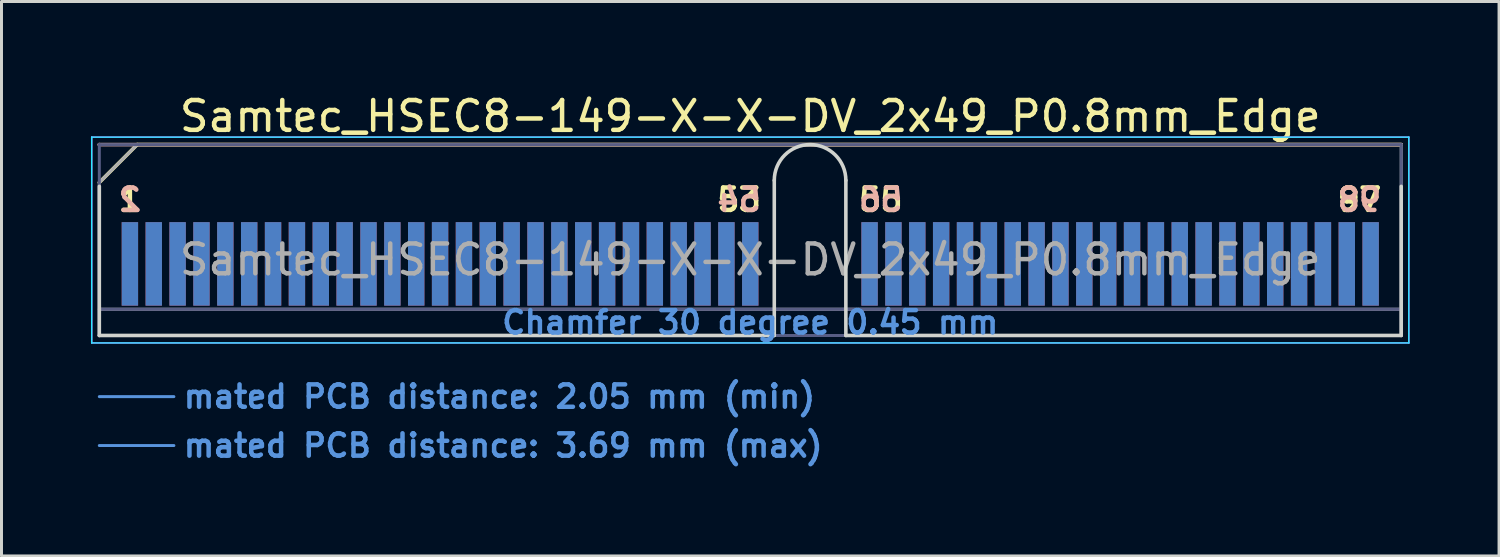
<source format=kicad_pcb>
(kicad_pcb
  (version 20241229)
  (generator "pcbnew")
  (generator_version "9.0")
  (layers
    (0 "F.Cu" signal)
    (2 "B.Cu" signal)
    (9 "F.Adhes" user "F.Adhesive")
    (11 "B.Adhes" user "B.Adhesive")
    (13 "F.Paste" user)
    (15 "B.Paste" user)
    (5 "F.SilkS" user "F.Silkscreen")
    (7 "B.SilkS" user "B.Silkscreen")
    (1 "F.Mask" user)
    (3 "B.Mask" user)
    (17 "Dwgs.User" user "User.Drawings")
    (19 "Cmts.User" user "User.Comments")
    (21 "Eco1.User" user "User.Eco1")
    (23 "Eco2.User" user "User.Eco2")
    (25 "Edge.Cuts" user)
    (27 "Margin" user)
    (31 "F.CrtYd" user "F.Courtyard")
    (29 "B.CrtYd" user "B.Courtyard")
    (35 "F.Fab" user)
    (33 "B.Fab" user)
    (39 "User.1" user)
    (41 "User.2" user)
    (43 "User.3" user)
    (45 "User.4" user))
  (footprint "Samtec_HSEC8-149-X-X-DV_2x49_P0.8mm_Edge"
    (layer "F.Cu")
    (at 22.105 8.198)
    (property "Reference" "Samtec_HSEC8-149-X-X-DV_2x49_P0.8mm_Edge" (at 0 -7.35 0) (layer "F.SilkS") (effects (font (size 1 1) (thickness 0.15))))
    (attr exclude_from_pos_files exclude_from_bom)
    (fp_line (start -21.825 -5.13) (end -20.555 -6.4) (stroke (width 0.12) (type solid)) (layer "F.SilkS"))
    (fp_line (start -20.555 -6.4) (end 21.825 -6.4) (stroke (width 0.12) (type solid)) (layer "F.SilkS"))
    (fp_line (start -21.825 -6.4) (end -21.825 -6.4) (stroke (width 0.12) (type solid)) (layer "B.SilkS"))
    (fp_line (start -21.825 -6.4) (end 21.825 -6.4) (stroke (width 0.12) (type solid)) (layer "B.SilkS"))
    (fp_line (start -21.825 2.05) (end -19.325 2.05) (stroke (width 0.1) (type solid)) (layer "Cmts.User"))
    (fp_line (start -21.825 3.69) (end -19.325 3.69) (stroke (width 0.1) (type solid)) (layer "Cmts.User"))
    (fp_line (start -21.825 -5) (end -21.825 0) (stroke (width 0.12) (type solid)) (layer "Edge.Cuts"))
    (fp_line (start -21.825 0) (end 0.805 0) (stroke (width 0.12) (type solid)) (layer "Edge.Cuts"))
    (fp_line (start 0.805 0) (end 0.805 -5.2) (stroke (width 0.12) (type solid)) (layer "Edge.Cuts"))
    (fp_line (start 3.205 -5.2) (end 3.205 0) (stroke (width 0.12) (type solid)) (layer "Edge.Cuts"))
    (fp_line (start 3.205 0) (end 21.825 0) (stroke (width 0.12) (type solid)) (layer "Edge.Cuts"))
    (fp_line (start 21.825 0) (end 21.825 -5) (stroke (width 0.12) (type solid)) (layer "Edge.Cuts"))
    (fp_arc (start 0.805 -5.2) (mid 2.005 -6.4) (end 3.205 -5.2) (stroke (width 0.12) (type solid)) (layer "Edge.Cuts"))
    (fp_line (start -22.08 -6.65) (end -22.08 0.25) (stroke (width 0.05) (type solid)) (layer "B.CrtYd"))
    (fp_line (start -22.08 0.25) (end 22.08 0.25) (stroke (width 0.05) (type solid)) (layer "B.CrtYd"))
    (fp_line (start 22.08 -6.65) (end -22.08 -6.65) (stroke (width 0.05) (type solid)) (layer "B.CrtYd"))
    (fp_line (start 22.08 0.25) (end 22.08 -6.65) (stroke (width 0.05) (type solid)) (layer "B.CrtYd"))
    (fp_line (start -22.08 -6.65) (end -22.08 0.25) (stroke (width 0.05) (type solid)) (layer "F.CrtYd"))
    (fp_line (start -22.08 0.25) (end 22.08 0.25) (stroke (width 0.05) (type solid)) (layer "F.CrtYd"))
    (fp_line (start 22.08 -6.65) (end -22.08 -6.65) (stroke (width 0.05) (type solid)) (layer "F.CrtYd"))
    (fp_line (start 22.08 0.25) (end 22.08 -6.65) (stroke (width 0.05) (type solid)) (layer "F.CrtYd"))
    (fp_line (start -21.825 -6.4) (end -21.825 -6.4) (stroke (width 0.1) (type solid)) (layer "B.Fab"))
    (fp_line (start -21.825 -6.4) (end -21.825 0) (stroke (width 0.1) (type solid)) (layer "B.Fab"))
    (fp_line (start -21.825 -6.4) (end 21.825 -6.4) (stroke (width 0.1) (type solid)) (layer "B.Fab"))
    (fp_line (start -21.825 -0.88) (end 21.825 -0.88) (stroke (width 0.1) (type solid)) (layer "B.Fab"))
    (fp_line (start -21.825 0) (end 21.825 0) (stroke (width 0.1) (type solid)) (layer "B.Fab"))
    (fp_line (start 21.825 -6.4) (end 21.825 0) (stroke (width 0.1) (type solid)) (layer "B.Fab"))
    (fp_line (start -21.825 -5.13) (end -21.825 0) (stroke (width 0.1) (type solid)) (layer "F.Fab"))
    (fp_line (start -21.825 -5.13) (end -20.555 -6.4) (stroke (width 0.1) (type solid)) (layer "F.Fab"))
    (fp_line (start -21.825 -0.88) (end 21.825 -0.88) (stroke (width 0.1) (type solid)) (layer "F.Fab"))
    (fp_line (start -21.825 0) (end 21.825 0) (stroke (width 0.1) (type solid)) (layer "F.Fab"))
    (fp_line (start -20.555 -6.4) (end 21.825 -6.4) (stroke (width 0.1) (type solid)) (layer "F.Fab"))
    (fp_line (start 21.825 -6.4) (end 21.825 0) (stroke (width 0.1) (type solid)) (layer "F.Fab"))
    (fp_text user "53" (at -0.375 -4.55 0) (layer "F.SilkS") (effects (font (size 0.75 0.75) (thickness 0.15))))
    (fp_text user "55" (at 4.375 -4.55 0) (layer "F.SilkS") (effects (font (size 0.75 0.75) (thickness 0.15))))
    (fp_text user "1" (at -20.8 -4.55 0) (layer "F.SilkS") (effects (font (size 0.75 0.75) (thickness 0.15))))
    (fp_text user "97" (at 20.425 -4.55 0) (layer "F.SilkS") (effects (font (size 0.75 0.75) (thickness 0.15))))
    (fp_text user "2" (at -20.8 -4.55 0) (layer "B.SilkS") (effects (font (size 0.75 0.75) (thickness 0.15)) (justify mirror)))
    (fp_text user "98" (at 20.425 -4.55 0) (layer "B.SilkS") (effects (font (size 0.75 0.75) (thickness 0.15)) (justify mirror)))
    (fp_text user "54" (at -0.375 -4.55 0) (layer "B.SilkS") (effects (font (size 0.75 0.75) (thickness 0.15)) (justify mirror)))
    (fp_text user "56" (at 4.375 -4.55 0) (layer "B.SilkS") (effects (font (size 0.75 0.75) (thickness 0.15)) (justify mirror)))
    (fp_text user "mated PCB distance: 2.05 mm (min)" (at -19.08 2.05 0) (layer "Cmts.User") (effects (font (size 0.75 0.75) (thickness 0.15)) (justify left)))
    (fp_text user "Chamfer 30 degree 0.45 mm" (at 0 -0.44 0) (layer "Cmts.User") (effects (font (size 0.75 0.75) (thickness 0.15))))
    (fp_text user "mated PCB distance: 3.69 mm (max)" (at -19.08 3.69 0) (layer "Cmts.User") (effects (font (size 0.75 0.75) (thickness 0.15)) (justify left)))
    (fp_text user "${REFERENCE}" (at 0 -2.54 0) (layer "F.Fab") (effects (font (size 1 1) (thickness 0.15))))
    (pad "1" connect rect (at -20.8 -2.4) (size 0.55 2.8) (layers "F.Cu" "F.Mask"))
    (pad "2" connect rect (at -20.8 -2.4) (size 0.55 2.8) (layers "B.Cu" "B.Mask"))
    (pad "3" connect rect (at -20 -2.4) (size 0.55 2.8) (layers "F.Cu" "F.Mask"))
    (pad "4" connect rect (at -20 -2.4) (size 0.55 2.8) (layers "B.Cu" "B.Mask"))
    (pad "5" connect rect (at -19.2 -2.4) (size 0.55 2.8) (layers "F.Cu" "F.Mask"))
    (pad "6" connect rect (at -19.2 -2.4) (size 0.55 2.8) (layers "B.Cu" "B.Mask"))
    (pad "7" connect rect (at -18.4 -2.4) (size 0.55 2.8) (layers "F.Cu" "F.Mask"))
    (pad "8" connect rect (at -18.4 -2.4) (size 0.55 2.8) (layers "B.Cu" "B.Mask"))
    (pad "9" connect rect (at -17.6 -2.4) (size 0.55 2.8) (layers "F.Cu" "F.Mask"))
    (pad "10" connect rect (at -17.6 -2.4) (size 0.55 2.8) (layers "B.Cu" "B.Mask"))
    (pad "11" connect rect (at -16.8 -2.4) (size 0.55 2.8) (layers "F.Cu" "F.Mask"))
    (pad "12" connect rect (at -16.8 -2.4) (size 0.55 2.8) (layers "B.Cu" "B.Mask"))
    (pad "13" connect rect (at -16 -2.4) (size 0.55 2.8) (layers "F.Cu" "F.Mask"))
    (pad "14" connect rect (at -16 -2.4) (size 0.55 2.8) (layers "B.Cu" "B.Mask"))
    (pad "15" connect rect (at -15.2 -2.4) (size 0.55 2.8) (layers "F.Cu" "F.Mask"))
    (pad "16" connect rect (at -15.2 -2.4) (size 0.55 2.8) (layers "B.Cu" "B.Mask"))
    (pad "17" connect rect (at -14.4 -2.4) (size 0.55 2.8) (layers "F.Cu" "F.Mask"))
    (pad "18" connect rect (at -14.4 -2.4) (size 0.55 2.8) (layers "B.Cu" "B.Mask"))
    (pad "19" connect rect (at -13.6 -2.4) (size 0.55 2.8) (layers "F.Cu" "F.Mask"))
    (pad "20" connect rect (at -13.6 -2.4) (size 0.55 2.8) (layers "B.Cu" "B.Mask"))
    (pad "21" connect rect (at -12.8 -2.4) (size 0.55 2.8) (layers "F.Cu" "F.Mask"))
    (pad "22" connect rect (at -12.8 -2.4) (size 0.55 2.8) (layers "B.Cu" "B.Mask"))
    (pad "23" connect rect (at -12 -2.4) (size 0.55 2.8) (layers "F.Cu" "F.Mask"))
    (pad "24" connect rect (at -12 -2.4) (size 0.55 2.8) (layers "B.Cu" "B.Mask"))
    (pad "25" connect rect (at -11.2 -2.4) (size 0.55 2.8) (layers "F.Cu" "F.Mask"))
    (pad "26" connect rect (at -11.2 -2.4) (size 0.55 2.8) (layers "B.Cu" "B.Mask"))
    (pad "27" connect rect (at -10.4 -2.4) (size 0.55 2.8) (layers "F.Cu" "F.Mask"))
    (pad "28" connect rect (at -10.4 -2.4) (size 0.55 2.8) (layers "B.Cu" "B.Mask"))
    (pad "29" connect rect (at -9.6 -2.4) (size 0.55 2.8) (layers "F.Cu" "F.Mask"))
    (pad "30" connect rect (at -9.6 -2.4) (size 0.55 2.8) (layers "B.Cu" "B.Mask"))
    (pad "31" connect rect (at -8.8 -2.4) (size 0.55 2.8) (layers "F.Cu" "F.Mask"))
    (pad "32" connect rect (at -8.8 -2.4) (size 0.55 2.8) (layers "B.Cu" "B.Mask"))
    (pad "33" connect rect (at -8 -2.4) (size 0.55 2.8) (layers "F.Cu" "F.Mask"))
    (pad "34" connect rect (at -8 -2.4) (size 0.55 2.8) (layers "B.Cu" "B.Mask"))
    (pad "35" connect rect (at -7.2 -2.4) (size 0.55 2.8) (layers "F.Cu" "F.Mask"))
    (pad "36" connect rect (at -7.2 -2.4) (size 0.55 2.8) (layers "B.Cu" "B.Mask"))
    (pad "37" connect rect (at -6.4 -2.4) (size 0.55 2.8) (layers "F.Cu" "F.Mask"))
    (pad "38" connect rect (at -6.4 -2.4) (size 0.55 2.8) (layers "B.Cu" "B.Mask"))
    (pad "39" connect rect (at -5.6 -2.4) (size 0.55 2.8) (layers "F.Cu" "F.Mask"))
    (pad "40" connect rect (at -5.6 -2.4) (size 0.55 2.8) (layers "B.Cu" "B.Mask"))
    (pad "41" connect rect (at -4.8 -2.4) (size 0.55 2.8) (layers "F.Cu" "F.Mask"))
    (pad "42" connect rect (at -4.8 -2.4) (size 0.55 2.8) (layers "B.Cu" "B.Mask"))
    (pad "43" connect rect (at -4 -2.4) (size 0.55 2.8) (layers "F.Cu" "F.Mask"))
    (pad "44" connect rect (at -4 -2.4) (size 0.55 2.8) (layers "B.Cu" "B.Mask"))
    (pad "45" connect rect (at -3.2 -2.4) (size 0.55 2.8) (layers "F.Cu" "F.Mask"))
    (pad "46" connect rect (at -3.2 -2.4) (size 0.55 2.8) (layers "B.Cu" "B.Mask"))
    (pad "47" connect rect (at -2.4 -2.4) (size 0.55 2.8) (layers "F.Cu" "F.Mask"))
    (pad "48" connect rect (at -2.4 -2.4) (size 0.55 2.8) (layers "B.Cu" "B.Mask"))
    (pad "49" connect rect (at -1.6 -2.4) (size 0.55 2.8) (layers "F.Cu" "F.Mask"))
    (pad "50" connect rect (at -1.6 -2.4) (size 0.55 2.8) (layers "B.Cu" "B.Mask"))
    (pad "51" connect rect (at -0.8 -2.4) (size 0.55 2.8) (layers "F.Cu" "F.Mask"))
    (pad "52" connect rect (at -0.8 -2.4) (size 0.55 2.8) (layers "B.Cu" "B.Mask"))
    (pad "53" connect rect (at 0 -2.4) (size 0.55 2.8) (layers "F.Cu" "F.Mask"))
    (pad "54" connect rect (at 0 -2.4) (size 0.55 2.8) (layers "B.Cu" "B.Mask"))
    (pad "55" connect rect (at 4 -2.4) (size 0.55 2.8) (layers "F.Cu" "F.Mask"))
    (pad "56" connect rect (at 4 -2.4) (size 0.55 2.8) (layers "B.Cu" "B.Mask"))
    (pad "57" connect rect (at 4.8 -2.4) (size 0.55 2.8) (layers "F.Cu" "F.Mask"))
    (pad "58" connect rect (at 4.8 -2.4) (size 0.55 2.8) (layers "B.Cu" "B.Mask"))
    (pad "59" connect rect (at 5.6 -2.4) (size 0.55 2.8) (layers "F.Cu" "F.Mask"))
    (pad "60" connect rect (at 5.6 -2.4) (size 0.55 2.8) (layers "B.Cu" "B.Mask"))
    (pad "61" connect rect (at 6.4 -2.4) (size 0.55 2.8) (layers "F.Cu" "F.Mask"))
    (pad "62" connect rect (at 6.4 -2.4) (size 0.55 2.8) (layers "B.Cu" "B.Mask"))
    (pad "63" connect rect (at 7.2 -2.4) (size 0.55 2.8) (layers "F.Cu" "F.Mask"))
    (pad "64" connect rect (at 7.2 -2.4) (size 0.55 2.8) (layers "B.Cu" "B.Mask"))
    (pad "65" connect rect (at 8 -2.4) (size 0.55 2.8) (layers "F.Cu" "F.Mask"))
    (pad "66" connect rect (at 8 -2.4) (size 0.55 2.8) (layers "B.Cu" "B.Mask"))
    (pad "67" connect rect (at 8.8 -2.4) (size 0.55 2.8) (layers "F.Cu" "F.Mask"))
    (pad "68" connect rect (at 8.8 -2.4) (size 0.55 2.8) (layers "B.Cu" "B.Mask"))
    (pad "69" connect rect (at 9.6 -2.4) (size 0.55 2.8) (layers "F.Cu" "F.Mask"))
    (pad "70" connect rect (at 9.6 -2.4) (size 0.55 2.8) (layers "B.Cu" "B.Mask"))
    (pad "71" connect rect (at 10.4 -2.4) (size 0.55 2.8) (layers "F.Cu" "F.Mask"))
    (pad "72" connect rect (at 10.4 -2.4) (size 0.55 2.8) (layers "B.Cu" "B.Mask"))
    (pad "73" connect rect (at 11.2 -2.4) (size 0.55 2.8) (layers "F.Cu" "F.Mask"))
    (pad "74" connect rect (at 11.2 -2.4) (size 0.55 2.8) (layers "B.Cu" "B.Mask"))
    (pad "75" connect rect (at 12 -2.4) (size 0.55 2.8) (layers "F.Cu" "F.Mask"))
    (pad "76" connect rect (at 12 -2.4) (size 0.55 2.8) (layers "B.Cu" "B.Mask"))
    (pad "77" connect rect (at 12.8 -2.4) (size 0.55 2.8) (layers "F.Cu" "F.Mask"))
    (pad "78" connect rect (at 12.8 -2.4) (size 0.55 2.8) (layers "B.Cu" "B.Mask"))
    (pad "79" connect rect (at 13.6 -2.4) (size 0.55 2.8) (layers "F.Cu" "F.Mask"))
    (pad "80" connect rect (at 13.6 -2.4) (size 0.55 2.8) (layers "B.Cu" "B.Mask"))
    (pad "81" connect rect (at 14.4 -2.4) (size 0.55 2.8) (layers "F.Cu" "F.Mask"))
    (pad "82" connect rect (at 14.4 -2.4) (size 0.55 2.8) (layers "B.Cu" "B.Mask"))
    (pad "83" connect rect (at 15.2 -2.4) (size 0.55 2.8) (layers "F.Cu" "F.Mask"))
    (pad "84" connect rect (at 15.2 -2.4) (size 0.55 2.8) (layers "B.Cu" "B.Mask"))
    (pad "85" connect rect (at 16 -2.4) (size 0.55 2.8) (layers "F.Cu" "F.Mask"))
    (pad "86" connect rect (at 16 -2.4) (size 0.55 2.8) (layers "B.Cu" "B.Mask"))
    (pad "87" connect rect (at 16.8 -2.4) (size 0.55 2.8) (layers "F.Cu" "F.Mask"))
    (pad "88" connect rect (at 16.8 -2.4) (size 0.55 2.8) (layers "B.Cu" "B.Mask"))
    (pad "89" connect rect (at 17.6 -2.4) (size 0.55 2.8) (layers "F.Cu" "F.Mask"))
    (pad "90" connect rect (at 17.6 -2.4) (size 0.55 2.8) (layers "B.Cu" "B.Mask"))
    (pad "91" connect rect (at 18.4 -2.4) (size 0.55 2.8) (layers "F.Cu" "F.Mask"))
    (pad "92" connect rect (at 18.4 -2.4) (size 0.55 2.8) (layers "B.Cu" "B.Mask"))
    (pad "93" connect rect (at 19.2 -2.4) (size 0.55 2.8) (layers "F.Cu" "F.Mask"))
    (pad "94" connect rect (at 19.2 -2.4) (size 0.55 2.8) (layers "B.Cu" "B.Mask"))
    (pad "95" connect rect (at 20 -2.4) (size 0.55 2.8) (layers "F.Cu" "F.Mask"))
    (pad "96" connect rect (at 20 -2.4) (size 0.55 2.8) (layers "B.Cu" "B.Mask"))
    (pad "97" connect rect (at 20.8 -2.4) (size 0.55 2.8) (layers "F.Cu" "F.Mask"))
    (pad "98" connect rect (at 20.8 -2.4) (size 0.55 2.8) (layers "B.Cu" "B.Mask")))
  (gr_rect
    (start -3 -3)
    (end 47.21 15.59)
    (stroke (width 0.1) (type default))
    (fill no)
    (layer "Edge.Cuts")))
</source>
